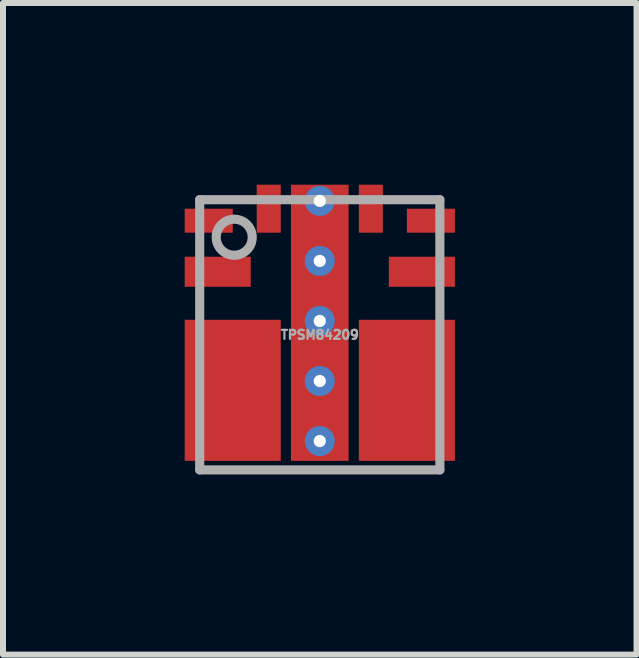
<source format=kicad_pcb>
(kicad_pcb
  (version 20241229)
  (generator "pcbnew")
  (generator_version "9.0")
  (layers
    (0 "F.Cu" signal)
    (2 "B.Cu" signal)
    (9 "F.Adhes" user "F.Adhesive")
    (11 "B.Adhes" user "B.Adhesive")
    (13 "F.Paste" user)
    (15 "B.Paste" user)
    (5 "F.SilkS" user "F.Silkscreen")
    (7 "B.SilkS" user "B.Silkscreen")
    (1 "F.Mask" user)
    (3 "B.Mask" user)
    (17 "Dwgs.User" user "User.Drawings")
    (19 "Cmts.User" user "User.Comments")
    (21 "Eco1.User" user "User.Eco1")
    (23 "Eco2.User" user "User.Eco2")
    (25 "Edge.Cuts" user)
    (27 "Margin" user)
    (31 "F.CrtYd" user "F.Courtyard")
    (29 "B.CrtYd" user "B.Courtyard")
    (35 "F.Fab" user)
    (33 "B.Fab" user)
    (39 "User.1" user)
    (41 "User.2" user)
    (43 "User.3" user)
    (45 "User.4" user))
  (footprint "TPSM84209"
    (layer "F.Cu")
    (at 2.276 2.526)
    (property "Reference" "TPSM84209" (at 0 0 0) (layer "F.Fab") (effects (font (size 0.15 0.15) (thickness 0.037))))
    (attr smd)
    (fp_line (start -2.2 -0.15) (end -2.15 -0.2) (stroke (width 0.152) (type solid)) (layer "F.Mask"))
    (fp_line (start -2.2 0.05) (end -2.2 -0.15) (stroke (width 0.152) (type solid)) (layer "F.Mask"))
    (fp_line (start -2.2 0.5) (end -2.15 0.45) (stroke (width 0.152) (type solid)) (layer "F.Mask"))
    (fp_line (start -2.2 0.7) (end -2.2 0.5) (stroke (width 0.152) (type solid)) (layer "F.Mask"))
    (fp_line (start -2.2 1.15) (end -2.15 1.1) (stroke (width 0.152) (type solid)) (layer "F.Mask"))
    (fp_line (start -2.2 1.35) (end -2.2 1.15) (stroke (width 0.152) (type solid)) (layer "F.Mask"))
    (fp_line (start -2.2 1.8) (end -2.15 1.75) (stroke (width 0.152) (type solid)) (layer "F.Mask"))
    (fp_line (start -2.2 2) (end -2.2 1.8) (stroke (width 0.152) (type solid)) (layer "F.Mask"))
    (fp_line (start -2.15 0.75) (end -2.2 0.7) (stroke (width 0.152) (type solid)) (layer "F.Mask"))
    (fp_line (start -2.15 -0.2) (end -0.75 -0.2) (stroke (width 0.152) (type solid)) (layer "F.Mask"))
    (fp_line (start -2.15 0.1) (end -2.2 0.05) (stroke (width 0.152) (type solid)) (layer "F.Mask"))
    (fp_line (start -2.15 1.1) (end -1.875 1.1) (stroke (width 0.152) (type solid)) (layer "F.Mask"))
    (fp_line (start -2.15 1.4) (end -2.2 1.35) (stroke (width 0.152) (type solid)) (layer "F.Mask"))
    (fp_line (start -2.15 1.75) (end -1.875 1.75) (stroke (width 0.152) (type solid)) (layer "F.Mask"))
    (fp_line (start -2.15 2.05) (end -2.2 2) (stroke (width 0.152) (type solid)) (layer "F.Mask"))
    (fp_line (start -2.15 0.45) (end -1.875 0.45) (stroke (width 0.152) (type solid)) (layer "F.Mask"))
    (fp_line (start -1.875 0.1) (end -2.15 0.1) (stroke (width 0.152) (type solid)) (layer "F.Mask"))
    (fp_line (start -1.875 0.45) (end -1.825 0.4) (stroke (width 0.152) (type solid)) (layer "F.Mask"))
    (fp_line (start -1.875 0.75) (end -2.15 0.75) (stroke (width 0.152) (type solid)) (layer "F.Mask"))
    (fp_line (start -1.875 1.1) (end -1.825 1.05) (stroke (width 0.152) (type solid)) (layer "F.Mask"))
    (fp_line (start -1.875 1.4) (end -2.15 1.4) (stroke (width 0.152) (type solid)) (layer "F.Mask"))
    (fp_line (start -1.875 1.75) (end -1.825 1.7) (stroke (width 0.152) (type solid)) (layer "F.Mask"))
    (fp_line (start -1.825 0.15) (end -1.875 0.1) (stroke (width 0.152) (type solid)) (layer "F.Mask"))
    (fp_line (start -1.825 0.4) (end -1.825 0.15) (stroke (width 0.152) (type solid)) (layer "F.Mask"))
    (fp_line (start -1.825 0.8) (end -1.875 0.75) (stroke (width 0.152) (type solid)) (layer "F.Mask"))
    (fp_line (start -1.825 1.05) (end -1.825 0.8) (stroke (width 0.152) (type solid)) (layer "F.Mask"))
    (fp_line (start -1.825 1.45) (end -1.875 1.4) (stroke (width 0.152) (type solid)) (layer "F.Mask"))
    (fp_line (start -1.825 1.7) (end -1.825 1.45) (stroke (width 0.152) (type solid)) (layer "F.Mask"))
    (fp_line (start -0.75 -0.2) (end -0.7 -0.15) (stroke (width 0.152) (type solid)) (layer "F.Mask"))
    (fp_line (start -0.75 2.05) (end -2.15 2.05) (stroke (width 0.152) (type solid)) (layer "F.Mask"))
    (fp_line (start -0.7 -0.15) (end -0.7 2) (stroke (width 0.152) (type solid)) (layer "F.Mask"))
    (fp_line (start -0.7 2) (end -0.75 2.05) (stroke (width 0.152) (type solid)) (layer "F.Mask"))
    (fp_line (start -0.2 -2.4) (end -0.199 -2.41) (stroke (width 0.152) (type solid)) (layer "F.Mask"))
    (fp_line (start -0.2 -1.5) (end -0.2 -2.4) (stroke (width 0.152) (type solid)) (layer "F.Mask"))
    (fp_line (start -0.199 -2.41) (end -0.196 -2.419) (stroke (width 0.152) (type solid)) (layer "F.Mask"))
    (fp_line (start -0.199 -1.49) (end -0.2 -1.5) (stroke (width 0.152) (type solid)) (layer "F.Mask"))
    (fp_line (start -0.196 -2.419) (end -0.192 -2.428) (stroke (width 0.152) (type solid)) (layer "F.Mask"))
    (fp_line (start -0.196 -1.481) (end -0.199 -1.49) (stroke (width 0.152) (type solid)) (layer "F.Mask"))
    (fp_line (start -0.192 -2.428) (end -0.185 -2.435) (stroke (width 0.152) (type solid)) (layer "F.Mask"))
    (fp_line (start -0.192 -1.472) (end -0.196 -1.481) (stroke (width 0.152) (type solid)) (layer "F.Mask"))
    (fp_line (start -0.185 -2.435) (end -0.178 -2.442) (stroke (width 0.152) (type solid)) (layer "F.Mask"))
    (fp_line (start -0.185 -1.465) (end -0.192 -1.472) (stroke (width 0.152) (type solid)) (layer "F.Mask"))
    (fp_line (start -0.178 -2.442) (end -0.169 -2.446) (stroke (width 0.152) (type solid)) (layer "F.Mask"))
    (fp_line (start -0.178 -1.458) (end -0.185 -1.465) (stroke (width 0.152) (type solid)) (layer "F.Mask"))
    (fp_line (start -0.169 -2.446) (end -0.16 -2.449) (stroke (width 0.152) (type solid)) (layer "F.Mask"))
    (fp_line (start -0.169 -1.454) (end -0.178 -1.458) (stroke (width 0.152) (type solid)) (layer "F.Mask"))
    (fp_line (start -0.16 -2.449) (end -0.15 -2.45) (stroke (width 0.152) (type solid)) (layer "F.Mask"))
    (fp_line (start -0.16 -1.451) (end -0.169 -1.454) (stroke (width 0.152) (type solid)) (layer "F.Mask"))
    (fp_line (start -0.15 -2.45) (end 0.15 -2.45) (stroke (width 0.152) (type solid)) (layer "F.Mask"))
    (fp_line (start -0.15 -1.45) (end -0.16 -1.451) (stroke (width 0.152) (type solid)) (layer "F.Mask"))
    (fp_line (start 0.15 -2.45) (end 0.16 -2.449) (stroke (width 0.152) (type solid)) (layer "F.Mask"))
    (fp_line (start 0.15 -1.45) (end -0.15 -1.45) (stroke (width 0.152) (type solid)) (layer "F.Mask"))
    (fp_line (start 0.16 -2.449) (end 0.169 -2.446) (stroke (width 0.152) (type solid)) (layer "F.Mask"))
    (fp_line (start 0.16 -1.451) (end 0.15 -1.45) (stroke (width 0.152) (type solid)) (layer "F.Mask"))
    (fp_line (start 0.169 -2.446) (end 0.178 -2.442) (stroke (width 0.152) (type solid)) (layer "F.Mask"))
    (fp_line (start 0.169 -1.454) (end 0.16 -1.451) (stroke (width 0.152) (type solid)) (layer "F.Mask"))
    (fp_line (start 0.178 -2.442) (end 0.185 -2.435) (stroke (width 0.152) (type solid)) (layer "F.Mask"))
    (fp_line (start 0.178 -1.458) (end 0.169 -1.454) (stroke (width 0.152) (type solid)) (layer "F.Mask"))
    (fp_line (start 0.185 -2.435) (end 0.192 -2.428) (stroke (width 0.152) (type solid)) (layer "F.Mask"))
    (fp_line (start 0.185 -1.465) (end 0.178 -1.458) (stroke (width 0.152) (type solid)) (layer "F.Mask"))
    (fp_line (start 0.192 -2.428) (end 0.196 -2.419) (stroke (width 0.152) (type solid)) (layer "F.Mask"))
    (fp_line (start 0.192 -1.472) (end 0.185 -1.465) (stroke (width 0.152) (type solid)) (layer "F.Mask"))
    (fp_line (start 0.196 -2.419) (end 0.199 -2.41) (stroke (width 0.152) (type solid)) (layer "F.Mask"))
    (fp_line (start 0.196 -1.481) (end 0.192 -1.472) (stroke (width 0.152) (type solid)) (layer "F.Mask"))
    (fp_line (start 0.199 -2.41) (end 0.2 -2.4) (stroke (width 0.152) (type solid)) (layer "F.Mask"))
    (fp_line (start 0.199 -1.49) (end 0.196 -1.481) (stroke (width 0.152) (type solid)) (layer "F.Mask"))
    (fp_line (start 0.2 -2.4) (end 0.2 -1.5) (stroke (width 0.152) (type solid)) (layer "F.Mask"))
    (fp_line (start 0.2 -1.5) (end 0.199 -1.49) (stroke (width 0.152) (type solid)) (layer "F.Mask"))
    (fp_line (start 0.7 -0.15) (end 0.7 2) (stroke (width 0.152) (type solid)) (layer "F.Mask"))
    (fp_line (start 0.7 2) (end 0.75 2.05) (stroke (width 0.152) (type solid)) (layer "F.Mask"))
    (fp_line (start 0.75 -0.2) (end 0.7 -0.15) (stroke (width 0.152) (type solid)) (layer "F.Mask"))
    (fp_line (start 0.75 2.05) (end 2.15 2.05) (stroke (width 0.152) (type solid)) (layer "F.Mask"))
    (fp_line (start 1.825 0.15) (end 1.875 0.1) (stroke (width 0.152) (type solid)) (layer "F.Mask"))
    (fp_line (start 1.825 0.4) (end 1.825 0.15) (stroke (width 0.152) (type solid)) (layer "F.Mask"))
    (fp_line (start 1.825 0.8) (end 1.875 0.75) (stroke (width 0.152) (type solid)) (layer "F.Mask"))
    (fp_line (start 1.825 1.05) (end 1.825 0.8) (stroke (width 0.152) (type solid)) (layer "F.Mask"))
    (fp_line (start 1.825 1.45) (end 1.875 1.4) (stroke (width 0.152) (type solid)) (layer "F.Mask"))
    (fp_line (start 1.825 1.7) (end 1.825 1.45) (stroke (width 0.152) (type solid)) (layer "F.Mask"))
    (fp_line (start 1.875 0.1) (end 2.15 0.1) (stroke (width 0.152) (type solid)) (layer "F.Mask"))
    (fp_line (start 1.875 0.45) (end 1.825 0.4) (stroke (width 0.152) (type solid)) (layer "F.Mask"))
    (fp_line (start 1.875 0.75) (end 2.15 0.75) (stroke (width 0.152) (type solid)) (layer "F.Mask"))
    (fp_line (start 1.875 1.1) (end 1.825 1.05) (stroke (width 0.152) (type solid)) (layer "F.Mask"))
    (fp_line (start 1.875 1.4) (end 2.15 1.4) (stroke (width 0.152) (type solid)) (layer "F.Mask"))
    (fp_line (start 1.875 1.75) (end 1.825 1.7) (stroke (width 0.152) (type solid)) (layer "F.Mask"))
    (fp_line (start 2.15 0.45) (end 1.875 0.45) (stroke (width 0.152) (type solid)) (layer "F.Mask"))
    (fp_line (start 2.15 -0.2) (end 0.75 -0.2) (stroke (width 0.152) (type solid)) (layer "F.Mask"))
    (fp_line (start 2.15 0.1) (end 2.2 0.05) (stroke (width 0.152) (type solid)) (layer "F.Mask"))
    (fp_line (start 2.15 1.1) (end 1.875 1.1) (stroke (width 0.152) (type solid)) (layer "F.Mask"))
    (fp_line (start 2.15 1.4) (end 2.2 1.35) (stroke (width 0.152) (type solid)) (layer "F.Mask"))
    (fp_line (start 2.15 1.75) (end 1.875 1.75) (stroke (width 0.152) (type solid)) (layer "F.Mask"))
    (fp_line (start 2.15 2.05) (end 2.2 2) (stroke (width 0.152) (type solid)) (layer "F.Mask"))
    (fp_line (start 2.15 0.75) (end 2.2 0.7) (stroke (width 0.152) (type solid)) (layer "F.Mask"))
    (fp_line (start 2.2 -0.15) (end 2.15 -0.2) (stroke (width 0.152) (type solid)) (layer "F.Mask"))
    (fp_line (start 2.2 0.05) (end 2.2 -0.15) (stroke (width 0.152) (type solid)) (layer "F.Mask"))
    (fp_line (start 2.2 0.5) (end 2.15 0.45) (stroke (width 0.152) (type solid)) (layer "F.Mask"))
    (fp_line (start 2.2 0.7) (end 2.2 0.5) (stroke (width 0.152) (type solid)) (layer "F.Mask"))
    (fp_line (start 2.2 1.15) (end 2.15 1.1) (stroke (width 0.152) (type solid)) (layer "F.Mask"))
    (fp_line (start 2.2 1.35) (end 2.2 1.15) (stroke (width 0.152) (type solid)) (layer "F.Mask"))
    (fp_line (start 2.2 1.8) (end 2.15 1.75) (stroke (width 0.152) (type solid)) (layer "F.Mask"))
    (fp_line (start 2.2 2) (end 2.2 1.8) (stroke (width 0.152) (type solid)) (layer "F.Mask"))
    (fp_poly (pts (xy 0.2 -2.3) (xy 0.199 -1.49) (xy -0.2 -1.5) (xy -0.2 -2.4)) (stroke (width 0.1) (type solid)) (fill yes) (layer "F.Mask"))
    (fp_poly (pts (xy -0.75 2.05) (xy -2.15 2.05) (xy -2.15 1.75) (xy -1.875 1.75) (xy -1.875 1.4) (xy -2.1 1.4) (xy -2.15 1.1) (xy -1.875 1.1) (xy -1.875 0.75) (xy -2.15 0.75) (xy -2.15 0.45) (xy -1.9 0.4) (xy -1.9 0.1) (xy -2.15 0.1) (xy -2.15 -0.2) (xy -0.75 -0.2)) (stroke (width 0.1) (type solid)) (fill yes) (layer "F.Mask"))
    (fp_poly (pts (xy 2.2 0.1) (xy 1.875 0.1) (xy 1.875 0.45) (xy 2.15 0.45) (xy 2.15 0.75) (xy 1.875 0.75) (xy 1.875 1.1) (xy 2.15 1.1) (xy 2.15 1.4) (xy 1.9 1.4) (xy 1.825 1.45) (xy 1.825 1.7) (xy 2.15 1.75) (xy 2.15 2.05) (xy 0.75 2.05) (xy 0.7 2) (xy 0.7 -0.15) (xy 2.2 -0.15)) (stroke (width 0.1) (type solid)) (fill yes) (layer "F.Mask"))
    (fp_line (start -2.2 -0.15) (end -2.15 -0.2) (stroke (width 0.152) (type solid)) (layer "F.Paste"))
    (fp_line (start -2.2 0.05) (end -2.2 -0.15) (stroke (width 0.152) (type solid)) (layer "F.Paste"))
    (fp_line (start -2.2 0.5) (end -2.15 0.45) (stroke (width 0.152) (type solid)) (layer "F.Paste"))
    (fp_line (start -2.2 0.7) (end -2.2 0.5) (stroke (width 0.152) (type solid)) (layer "F.Paste"))
    (fp_line (start -2.2 1.15) (end -2.15 1.1) (stroke (width 0.152) (type solid)) (layer "F.Paste"))
    (fp_line (start -2.2 1.35) (end -2.2 1.15) (stroke (width 0.152) (type solid)) (layer "F.Paste"))
    (fp_line (start -2.2 1.8) (end -2.15 1.75) (stroke (width 0.152) (type solid)) (layer "F.Paste"))
    (fp_line (start -2.2 2) (end -2.2 1.8) (stroke (width 0.152) (type solid)) (layer "F.Paste"))
    (fp_line (start -2.15 -0.2) (end -1.875 -0.2) (stroke (width 0.152) (type solid)) (layer "F.Paste"))
    (fp_line (start -2.15 0.1) (end -2.2 0.05) (stroke (width 0.152) (type solid)) (layer "F.Paste"))
    (fp_line (start -2.15 0.45) (end -1.875 0.45) (stroke (width 0.152) (type solid)) (layer "F.Paste"))
    (fp_line (start -2.15 0.75) (end -2.2 0.7) (stroke (width 0.152) (type solid)) (layer "F.Paste"))
    (fp_line (start -2.15 1.1) (end -1.875 1.1) (stroke (width 0.152) (type solid)) (layer "F.Paste"))
    (fp_line (start -2.15 1.4) (end -2.2 1.35) (stroke (width 0.152) (type solid)) (layer "F.Paste"))
    (fp_line (start -2.15 1.75) (end -1.875 1.75) (stroke (width 0.152) (type solid)) (layer "F.Paste"))
    (fp_line (start -2.15 2.05) (end -2.2 2) (stroke (width 0.152) (type solid)) (layer "F.Paste"))
    (fp_line (start -1.875 -0.2) (end -1.825 -0.15) (stroke (width 0.152) (type solid)) (layer "F.Paste"))
    (fp_line (start -1.875 0.1) (end -2.15 0.1) (stroke (width 0.152) (type solid)) (layer "F.Paste"))
    (fp_line (start -1.875 0.45) (end -1.825 0.5) (stroke (width 0.152) (type solid)) (layer "F.Paste"))
    (fp_line (start -1.875 0.75) (end -2.15 0.75) (stroke (width 0.152) (type solid)) (layer "F.Paste"))
    (fp_line (start -1.875 1.1) (end -1.825 1.15) (stroke (width 0.152) (type solid)) (layer "F.Paste"))
    (fp_line (start -1.875 1.4) (end -2.15 1.4) (stroke (width 0.152) (type solid)) (layer "F.Paste"))
    (fp_line (start -1.875 1.75) (end -1.825 1.8) (stroke (width 0.152) (type solid)) (layer "F.Paste"))
    (fp_line (start -1.875 2.05) (end -2.15 2.05) (stroke (width 0.152) (type solid)) (layer "F.Paste"))
    (fp_line (start -1.825 -0.15) (end -1.825 0.05) (stroke (width 0.152) (type solid)) (layer "F.Paste"))
    (fp_line (start -1.825 0.05) (end -1.875 0.1) (stroke (width 0.152) (type solid)) (layer "F.Paste"))
    (fp_line (start -1.825 0.5) (end -1.825 0.7) (stroke (width 0.152) (type solid)) (layer "F.Paste"))
    (fp_line (start -1.825 0.7) (end -1.875 0.75) (stroke (width 0.152) (type solid)) (layer "F.Paste"))
    (fp_line (start -1.825 1.15) (end -1.825 1.35) (stroke (width 0.152) (type solid)) (layer "F.Paste"))
    (fp_line (start -1.825 1.35) (end -1.875 1.4) (stroke (width 0.152) (type solid)) (layer "F.Paste"))
    (fp_line (start -1.825 1.8) (end -1.825 2) (stroke (width 0.152) (type solid)) (layer "F.Paste"))
    (fp_line (start -1.825 2) (end -1.875 2.05) (stroke (width 0.152) (type solid)) (layer "F.Paste"))
    (fp_line (start -1.625 -0.14) (end -1.575 -0.19) (stroke (width 0.152) (type solid)) (layer "F.Paste"))
    (fp_line (start -1.625 0.37) (end -1.625 -0.14) (stroke (width 0.152) (type solid)) (layer "F.Paste"))
    (fp_line (start -1.625 0.67) (end -1.575 0.62) (stroke (width 0.152) (type solid)) (layer "F.Paste"))
    (fp_line (start -1.625 1.18) (end -1.625 0.67) (stroke (width 0.152) (type solid)) (layer "F.Paste"))
    (fp_line (start -1.625 1.48) (end -1.575 1.43) (stroke (width 0.152) (type solid)) (layer "F.Paste"))
    (fp_line (start -1.625 1.99) (end -1.625 1.48) (stroke (width 0.152) (type solid)) (layer "F.Paste"))
    (fp_line (start -1.575 -0.19) (end -0.755 -0.19) (stroke (width 0.152) (type solid)) (layer "F.Paste"))
    (fp_line (start -1.575 0.42) (end -1.625 0.37) (stroke (width 0.152) (type solid)) (layer "F.Paste"))
    (fp_line (start -1.575 0.62) (end -0.755 0.62) (stroke (width 0.152) (type solid)) (layer "F.Paste"))
    (fp_line (start -1.575 1.23) (end -1.625 1.18) (stroke (width 0.152) (type solid)) (layer "F.Paste"))
    (fp_line (start -1.575 1.43) (end -0.755 1.43) (stroke (width 0.152) (type solid)) (layer "F.Paste"))
    (fp_line (start -1.575 2.04) (end -1.625 1.99) (stroke (width 0.152) (type solid)) (layer "F.Paste"))
    (fp_line (start -0.755 -0.19) (end -0.705 -0.14) (stroke (width 0.152) (type solid)) (layer "F.Paste"))
    (fp_line (start -0.755 0.42) (end -1.575 0.42) (stroke (width 0.152) (type solid)) (layer "F.Paste"))
    (fp_line (start -0.755 0.62) (end -0.705 0.67) (stroke (width 0.152) (type solid)) (layer "F.Paste"))
    (fp_line (start -0.755 1.23) (end -1.575 1.23) (stroke (width 0.152) (type solid)) (layer "F.Paste"))
    (fp_line (start -0.755 1.43) (end -0.705 1.48) (stroke (width 0.152) (type solid)) (layer "F.Paste"))
    (fp_line (start -0.755 2.04) (end -1.575 2.04) (stroke (width 0.152) (type solid)) (layer "F.Paste"))
    (fp_line (start -0.705 -0.14) (end -0.705 0.37) (stroke (width 0.152) (type solid)) (layer "F.Paste"))
    (fp_line (start -0.705 0.37) (end -0.755 0.42) (stroke (width 0.152) (type solid)) (layer "F.Paste"))
    (fp_line (start -0.705 0.67) (end -0.705 1.18) (stroke (width 0.152) (type solid)) (layer "F.Paste"))
    (fp_line (start -0.705 1.18) (end -0.755 1.23) (stroke (width 0.152) (type solid)) (layer "F.Paste"))
    (fp_line (start -0.705 1.48) (end -0.705 1.99) (stroke (width 0.152) (type solid)) (layer "F.Paste"))
    (fp_line (start -0.705 1.99) (end -0.755 2.04) (stroke (width 0.152) (type solid)) (layer "F.Paste"))
    (fp_line (start -0.2 -2.4) (end -0.199 -2.41) (stroke (width 0.152) (type solid)) (layer "F.Paste"))
    (fp_line (start -0.2 -1.5) (end -0.2 -2.4) (stroke (width 0.152) (type solid)) (layer "F.Paste"))
    (fp_line (start -0.2 -1.5) (end -0.2 -2.4) (stroke (width 0.152) (type solid)) (layer "F.Paste"))
    (fp_line (start -0.199 -2.41) (end -0.196 -2.419) (stroke (width 0.152) (type solid)) (layer "F.Paste"))
    (fp_line (start -0.199 -1.49) (end -0.2 -1.5) (stroke (width 0.152) (type solid)) (layer "F.Paste"))
    (fp_line (start -0.196 -2.419) (end -0.192 -2.428) (stroke (width 0.152) (type solid)) (layer "F.Paste"))
    (fp_line (start -0.196 -1.481) (end -0.199 -1.49) (stroke (width 0.152) (type solid)) (layer "F.Paste"))
    (fp_line (start -0.192 -2.428) (end -0.185 -2.435) (stroke (width 0.152) (type solid)) (layer "F.Paste"))
    (fp_line (start -0.192 -1.472) (end -0.196 -1.481) (stroke (width 0.152) (type solid)) (layer "F.Paste"))
    (fp_line (start -0.185 -2.435) (end -0.178 -2.442) (stroke (width 0.152) (type solid)) (layer "F.Paste"))
    (fp_line (start -0.185 -1.465) (end -0.192 -1.472) (stroke (width 0.152) (type solid)) (layer "F.Paste"))
    (fp_line (start -0.178 -2.442) (end -0.169 -2.446) (stroke (width 0.152) (type solid)) (layer "F.Paste"))
    (fp_line (start -0.178 -1.458) (end -0.185 -1.465) (stroke (width 0.152) (type solid)) (layer "F.Paste"))
    (fp_line (start -0.169 -2.446) (end -0.16 -2.449) (stroke (width 0.152) (type solid)) (layer "F.Paste"))
    (fp_line (start -0.169 -1.454) (end -0.178 -1.458) (stroke (width 0.152) (type solid)) (layer "F.Paste"))
    (fp_line (start -0.16 -2.449) (end -0.15 -2.45) (stroke (width 0.152) (type solid)) (layer "F.Paste"))
    (fp_line (start -0.16 -1.451) (end -0.169 -1.454) (stroke (width 0.152) (type solid)) (layer "F.Paste"))
    (fp_line (start -0.15 -2.45) (end 0.15 -2.45) (stroke (width 0.152) (type solid)) (layer "F.Paste"))
    (fp_line (start -0.15 -2.45) (end 0.15 -2.45) (stroke (width 0.152) (type solid)) (layer "F.Paste"))
    (fp_line (start -0.15 -1.45) (end -0.16 -1.451) (stroke (width 0.152) (type solid)) (layer "F.Paste"))
    (fp_line (start -0.15 -1.45) (end -0.16 -1.451) (stroke (width 0.152) (type solid)) (layer "F.Paste"))
    (fp_line (start 0.15 -2.45) (end 0.16 -2.449) (stroke (width 0.152) (type solid)) (layer "F.Paste"))
    (fp_line (start 0.15 -1.45) (end -0.15 -1.45) (stroke (width 0.152) (type solid)) (layer "F.Paste"))
    (fp_line (start 0.15 -1.45) (end -0.15 -1.45) (stroke (width 0.152) (type solid)) (layer "F.Paste"))
    (fp_line (start 0.16 -2.449) (end 0.169 -2.446) (stroke (width 0.152) (type solid)) (layer "F.Paste"))
    (fp_line (start 0.16 -1.451) (end 0.15 -1.45) (stroke (width 0.152) (type solid)) (layer "F.Paste"))
    (fp_line (start 0.16 -1.451) (end 0.15 -1.45) (stroke (width 0.152) (type solid)) (layer "F.Paste"))
    (fp_line (start 0.169 -2.446) (end 0.178 -2.442) (stroke (width 0.152) (type solid)) (layer "F.Paste"))
    (fp_line (start 0.169 -1.454) (end 0.16 -1.451) (stroke (width 0.152) (type solid)) (layer "F.Paste"))
    (fp_line (start 0.178 -2.442) (end 0.185 -2.435) (stroke (width 0.152) (type solid)) (layer "F.Paste"))
    (fp_line (start 0.178 -1.458) (end 0.169 -1.454) (stroke (width 0.152) (type solid)) (layer "F.Paste"))
    (fp_line (start 0.185 -2.435) (end 0.192 -2.428) (stroke (width 0.152) (type solid)) (layer "F.Paste"))
    (fp_line (start 0.185 -1.465) (end 0.178 -1.458) (stroke (width 0.152) (type solid)) (layer "F.Paste"))
    (fp_line (start 0.192 -2.428) (end 0.196 -2.419) (stroke (width 0.152) (type solid)) (layer "F.Paste"))
    (fp_line (start 0.192 -1.472) (end 0.185 -1.465) (stroke (width 0.152) (type solid)) (layer "F.Paste"))
    (fp_line (start 0.196 -2.419) (end 0.199 -2.41) (stroke (width 0.152) (type solid)) (layer "F.Paste"))
    (fp_line (start 0.196 -1.481) (end 0.192 -1.472) (stroke (width 0.152) (type solid)) (layer "F.Paste"))
    (fp_line (start 0.199 -2.41) (end 0.2 -2.4) (stroke (width 0.152) (type solid)) (layer "F.Paste"))
    (fp_line (start 0.199 -1.49) (end 0.196 -1.481) (stroke (width 0.152) (type solid)) (layer "F.Paste"))
    (fp_line (start 0.199 -1.49) (end 0.196 -1.481) (stroke (width 0.152) (type solid)) (layer "F.Paste"))
    (fp_line (start 0.2 -2.4) (end 0.2 -1.5) (stroke (width 0.152) (type solid)) (layer "F.Paste"))
    (fp_line (start 0.2 -2.4) (end 0.2 -1.5) (stroke (width 0.152) (type solid)) (layer "F.Paste"))
    (fp_line (start 0.2 -1.5) (end 0.199 -1.49) (stroke (width 0.152) (type solid)) (layer "F.Paste"))
    (fp_line (start 0.705 -0.14) (end 0.705 0.37) (stroke (width 0.152) (type solid)) (layer "F.Paste"))
    (fp_line (start 0.705 0.37) (end 0.755 0.42) (stroke (width 0.152) (type solid)) (layer "F.Paste"))
    (fp_line (start 0.705 0.67) (end 0.705 1.18) (stroke (width 0.152) (type solid)) (layer "F.Paste"))
    (fp_line (start 0.705 1.18) (end 0.755 1.23) (stroke (width 0.152) (type solid)) (layer "F.Paste"))
    (fp_line (start 0.705 1.48) (end 0.705 1.99) (stroke (width 0.152) (type solid)) (layer "F.Paste"))
    (fp_line (start 0.705 1.99) (end 0.755 2.04) (stroke (width 0.152) (type solid)) (layer "F.Paste"))
    (fp_line (start 0.755 -0.19) (end 0.705 -0.14) (stroke (width 0.152) (type solid)) (layer "F.Paste"))
    (fp_line (start 0.755 0.42) (end 1.575 0.42) (stroke (width 0.152) (type solid)) (layer "F.Paste"))
    (fp_line (start 0.755 0.62) (end 0.705 0.67) (stroke (width 0.152) (type solid)) (layer "F.Paste"))
    (fp_line (start 0.755 1.23) (end 1.575 1.23) (stroke (width 0.152) (type solid)) (layer "F.Paste"))
    (fp_line (start 0.755 1.43) (end 0.705 1.48) (stroke (width 0.152) (type solid)) (layer "F.Paste"))
    (fp_line (start 0.755 2.04) (end 1.575 2.04) (stroke (width 0.152) (type solid)) (layer "F.Paste"))
    (fp_line (start 1.575 -0.19) (end 0.755 -0.19) (stroke (width 0.152) (type solid)) (layer "F.Paste"))
    (fp_line (start 1.575 0.42) (end 1.625 0.37) (stroke (width 0.152) (type solid)) (layer "F.Paste"))
    (fp_line (start 1.575 0.62) (end 0.755 0.62) (stroke (width 0.152) (type solid)) (layer "F.Paste"))
    (fp_line (start 1.575 1.23) (end 1.625 1.18) (stroke (width 0.152) (type solid)) (layer "F.Paste"))
    (fp_line (start 1.575 1.43) (end 0.755 1.43) (stroke (width 0.152) (type solid)) (layer "F.Paste"))
    (fp_line (start 1.575 2.04) (end 1.625 1.99) (stroke (width 0.152) (type solid)) (layer "F.Paste"))
    (fp_line (start 1.625 -0.14) (end 1.575 -0.19) (stroke (width 0.152) (type solid)) (layer "F.Paste"))
    (fp_line (start 1.625 0.37) (end 1.625 -0.14) (stroke (width 0.152) (type solid)) (layer "F.Paste"))
    (fp_line (start 1.625 0.67) (end 1.575 0.62) (stroke (width 0.152) (type solid)) (layer "F.Paste"))
    (fp_line (start 1.625 1.18) (end 1.625 0.67) (stroke (width 0.152) (type solid)) (layer "F.Paste"))
    (fp_line (start 1.625 1.48) (end 1.575 1.43) (stroke (width 0.152) (type solid)) (layer "F.Paste"))
    (fp_line (start 1.625 1.99) (end 1.625 1.48) (stroke (width 0.152) (type solid)) (layer "F.Paste"))
    (fp_line (start 1.825 -0.15) (end 1.825 0.05) (stroke (width 0.152) (type solid)) (layer "F.Paste"))
    (fp_line (start 1.825 0.05) (end 1.875 0.1) (stroke (width 0.152) (type solid)) (layer "F.Paste"))
    (fp_line (start 1.825 0.5) (end 1.825 0.7) (stroke (width 0.152) (type solid)) (layer "F.Paste"))
    (fp_line (start 1.825 0.7) (end 1.875 0.75) (stroke (width 0.152) (type solid)) (layer "F.Paste"))
    (fp_line (start 1.825 1.15) (end 1.825 1.35) (stroke (width 0.152) (type solid)) (layer "F.Paste"))
    (fp_line (start 1.825 1.35) (end 1.875 1.4) (stroke (width 0.152) (type solid)) (layer "F.Paste"))
    (fp_line (start 1.825 1.8) (end 1.825 2) (stroke (width 0.152) (type solid)) (layer "F.Paste"))
    (fp_line (start 1.825 2) (end 1.875 2.05) (stroke (width 0.152) (type solid)) (layer "F.Paste"))
    (fp_line (start 1.875 -0.2) (end 1.825 -0.15) (stroke (width 0.152) (type solid)) (layer "F.Paste"))
    (fp_line (start 1.875 0.1) (end 2.15 0.1) (stroke (width 0.152) (type solid)) (layer "F.Paste"))
    (fp_line (start 1.875 0.45) (end 1.825 0.5) (stroke (width 0.152) (type solid)) (layer "F.Paste"))
    (fp_line (start 1.875 0.75) (end 2.15 0.75) (stroke (width 0.152) (type solid)) (layer "F.Paste"))
    (fp_line (start 1.875 1.1) (end 1.825 1.15) (stroke (width 0.152) (type solid)) (layer "F.Paste"))
    (fp_line (start 1.875 1.4) (end 2.15 1.4) (stroke (width 0.152) (type solid)) (layer "F.Paste"))
    (fp_line (start 1.875 1.75) (end 1.825 1.8) (stroke (width 0.152) (type solid)) (layer "F.Paste"))
    (fp_line (start 1.875 2.05) (end 2.15 2.05) (stroke (width 0.152) (type solid)) (layer "F.Paste"))
    (fp_line (start 2.15 -0.2) (end 1.875 -0.2) (stroke (width 0.152) (type solid)) (layer "F.Paste"))
    (fp_line (start 2.15 0.1) (end 2.2 0.05) (stroke (width 0.152) (type solid)) (layer "F.Paste"))
    (fp_line (start 2.15 0.45) (end 1.875 0.45) (stroke (width 0.152) (type solid)) (layer "F.Paste"))
    (fp_line (start 2.15 0.75) (end 2.2 0.7) (stroke (width 0.152) (type solid)) (layer "F.Paste"))
    (fp_line (start 2.15 1.1) (end 1.875 1.1) (stroke (width 0.152) (type solid)) (layer "F.Paste"))
    (fp_line (start 2.15 1.4) (end 2.2 1.35) (stroke (width 0.152) (type solid)) (layer "F.Paste"))
    (fp_line (start 2.15 1.75) (end 1.875 1.75) (stroke (width 0.152) (type solid)) (layer "F.Paste"))
    (fp_line (start 2.15 2.05) (end 2.2 2) (stroke (width 0.152) (type solid)) (layer "F.Paste"))
    (fp_line (start 2.2 -0.15) (end 2.15 -0.2) (stroke (width 0.152) (type solid)) (layer "F.Paste"))
    (fp_line (start 2.2 0.05) (end 2.2 -0.15) (stroke (width 0.152) (type solid)) (layer "F.Paste"))
    (fp_line (start 2.2 0.5) (end 2.15 0.45) (stroke (width 0.152) (type solid)) (layer "F.Paste"))
    (fp_line (start 2.2 0.7) (end 2.2 0.5) (stroke (width 0.152) (type solid)) (layer "F.Paste"))
    (fp_line (start 2.2 1.15) (end 2.15 1.1) (stroke (width 0.152) (type solid)) (layer "F.Paste"))
    (fp_line (start 2.2 1.35) (end 2.2 1.15) (stroke (width 0.152) (type solid)) (layer "F.Paste"))
    (fp_line (start 2.2 1.8) (end 2.15 1.75) (stroke (width 0.152) (type solid)) (layer "F.Paste"))
    (fp_line (start 2.2 2) (end 2.2 1.8) (stroke (width 0.152) (type solid)) (layer "F.Paste"))
    (fp_poly (pts (xy -1.85 0.05) (xy -2.15 0.05) (xy -2.15 -0.15) (xy -1.85 -0.15)) (stroke (width 0.1) (type solid)) (fill yes) (layer "F.Paste"))
    (fp_poly (pts (xy -1.85 0.7) (xy -2.15 0.7) (xy -2.15 0.45) (xy -1.85 0.45)) (stroke (width 0.1) (type solid)) (fill yes) (layer "F.Paste"))
    (fp_poly (pts (xy -1.85 1.35) (xy -2.15 1.35) (xy -2.15 1.15) (xy -1.85 1.15)) (stroke (width 0.1) (type solid)) (fill yes) (layer "F.Paste"))
    (fp_poly (pts (xy -1.85 2) (xy -2.15 2) (xy -2.15 1.8) (xy -1.85 1.8)) (stroke (width 0.1) (type solid)) (fill yes) (layer "F.Paste"))
    (fp_poly (pts (xy -0.75 0.4) (xy -1.6 0.4) (xy -1.6 -0.15) (xy -0.75 -0.15)) (stroke (width 0.1) (type solid)) (fill yes) (layer "F.Paste"))
    (fp_poly (pts (xy -0.75 1.2) (xy -1.6 1.2) (xy -1.6 0.65) (xy -0.75 0.65)) (stroke (width 0.1) (type solid)) (fill yes) (layer "F.Paste"))
    (fp_poly (pts (xy -0.75 2) (xy -1.6 2) (xy -1.6 1.45) (xy -0.75 1.45)) (stroke (width 0.1) (type solid)) (fill yes) (layer "F.Paste"))
    (fp_poly (pts (xy 0.2 -2.3) (xy 0.199 -1.49) (xy -0.2 -1.5) (xy -0.2 -2.4)) (stroke (width 0.1) (type solid)) (fill yes) (layer "F.Paste"))
    (fp_poly (pts (xy 1.6 0.35) (xy 0.75 0.35) (xy 0.75 -0.15) (xy 1.6 -0.15)) (stroke (width 0.1) (type solid)) (fill yes) (layer "F.Paste"))
    (fp_poly (pts (xy 1.6 1.15) (xy 0.7 1.15) (xy 0.705 0.67) (xy 1.6 0.65)) (stroke (width 0.1) (type solid)) (fill yes) (layer "F.Paste"))
    (fp_poly (pts (xy 1.6 2) (xy 0.7 2) (xy 0.7 1.45) (xy 1.6 1.45)) (stroke (width 0.1) (type solid)) (fill yes) (layer "F.Paste"))
    (fp_poly (pts (xy 2.15 0.05) (xy 1.9 0.05) (xy 1.9 -0.15) (xy 2.15 -0.15)) (stroke (width 0.1) (type solid)) (fill yes) (layer "F.Paste"))
    (fp_poly (pts (xy 2.15 0.7) (xy 1.85 0.7) (xy 1.85 0.5) (xy 2.15 0.5)) (stroke (width 0.1) (type solid)) (fill yes) (layer "F.Paste"))
    (fp_poly (pts (xy 2.15 1.35) (xy 1.85 1.35) (xy 1.85 1.15) (xy 2.15 1.15)) (stroke (width 0.1) (type solid)) (fill yes) (layer "F.Paste"))
    (fp_poly (pts (xy 2.15 2) (xy 1.85 2) (xy 1.85 1.8) (xy 2.15 1.8)) (stroke (width 0.1) (type solid)) (fill yes) (layer "F.Paste"))
    (fp_line (start -2 -2.25) (end 2 -2.25) (stroke (width 0.152) (type solid)) (layer "F.Fab"))
    (fp_line (start -2 2.25) (end -2 -2.25) (stroke (width 0.152) (type solid)) (layer "F.Fab"))
    (fp_line (start -2 2.25) (end 2 2.25) (stroke (width 0.152) (type solid)) (layer "F.Fab"))
    (fp_line (start 2 2.25) (end 2 -2.25) (stroke (width 0.152) (type solid)) (layer "F.Fab"))
    (fp_circle (center -1.425 -1.625) (end -1.125 -1.625) (stroke (width 0.152) (type solid)) (fill no) (layer "F.Fab"))
    (pad "1" smd rect (at -1.85 -1.9) (size 0.8 0.4) (layers "F.Cu" "F.Mask" "F.Paste"))
    (pad "2" smd rect (at -1.7 -1.05) (size 1.1 0.5) (layers "F.Cu" "F.Mask" "F.Paste"))
    (pad "3" smd rect (at -1.45 0.925) (size 1.6 2.35) (layers "F.Cu"))
    (pad "4" smd rect (at 1.45 0.925) (size 1.6 2.35) (layers "F.Cu"))
    (pad "5" smd rect (at 1.7 -1.05) (size 1.1 0.5) (layers "F.Cu" "F.Mask" "F.Paste"))
    (pad "6" smd rect (at 1.85 -1.9) (size 0.8 0.4) (layers "F.Cu" "F.Mask" "F.Paste"))
    (pad "7" smd rect (at 0.85 -2.1 90) (size 0.8 0.4) (layers "F.Cu" "F.Mask" "F.Paste"))
    (pad "8" thru_hole circle (at 0 -2.23) (size 0.5 0.5) (drill 0.203) (layers "*.Cu"))
    (pad "8" thru_hole circle (at 0 -1.23) (size 0.5 0.5) (drill 0.203) (layers "*.Cu"))
    (pad "8" thru_hole circle (at 0 -0.23) (size 0.5 0.5) (drill 0.203) (layers "*.Cu"))
    (pad "8" smd rect (at 0 -0.2) (size 0.96 4.6) (layers "F.Cu"))
    (pad "8" thru_hole circle (at 0 0.77) (size 0.5 0.5) (drill 0.203) (layers "*.Cu"))
    (pad "8" thru_hole circle (at 0 1.77) (size 0.5 0.5) (drill 0.203) (layers "*.Cu"))
    (pad "9" smd rect (at -0.85 -2.1 90) (size 0.8 0.4) (layers "F.Cu" "F.Mask" "F.Paste")))
  (gr_rect
    (start -3 -3)
    (end 7.552 7.852)
    (stroke (width 0.1) (type default))
    (fill no)
    (layer "Edge.Cuts")))
</source>
